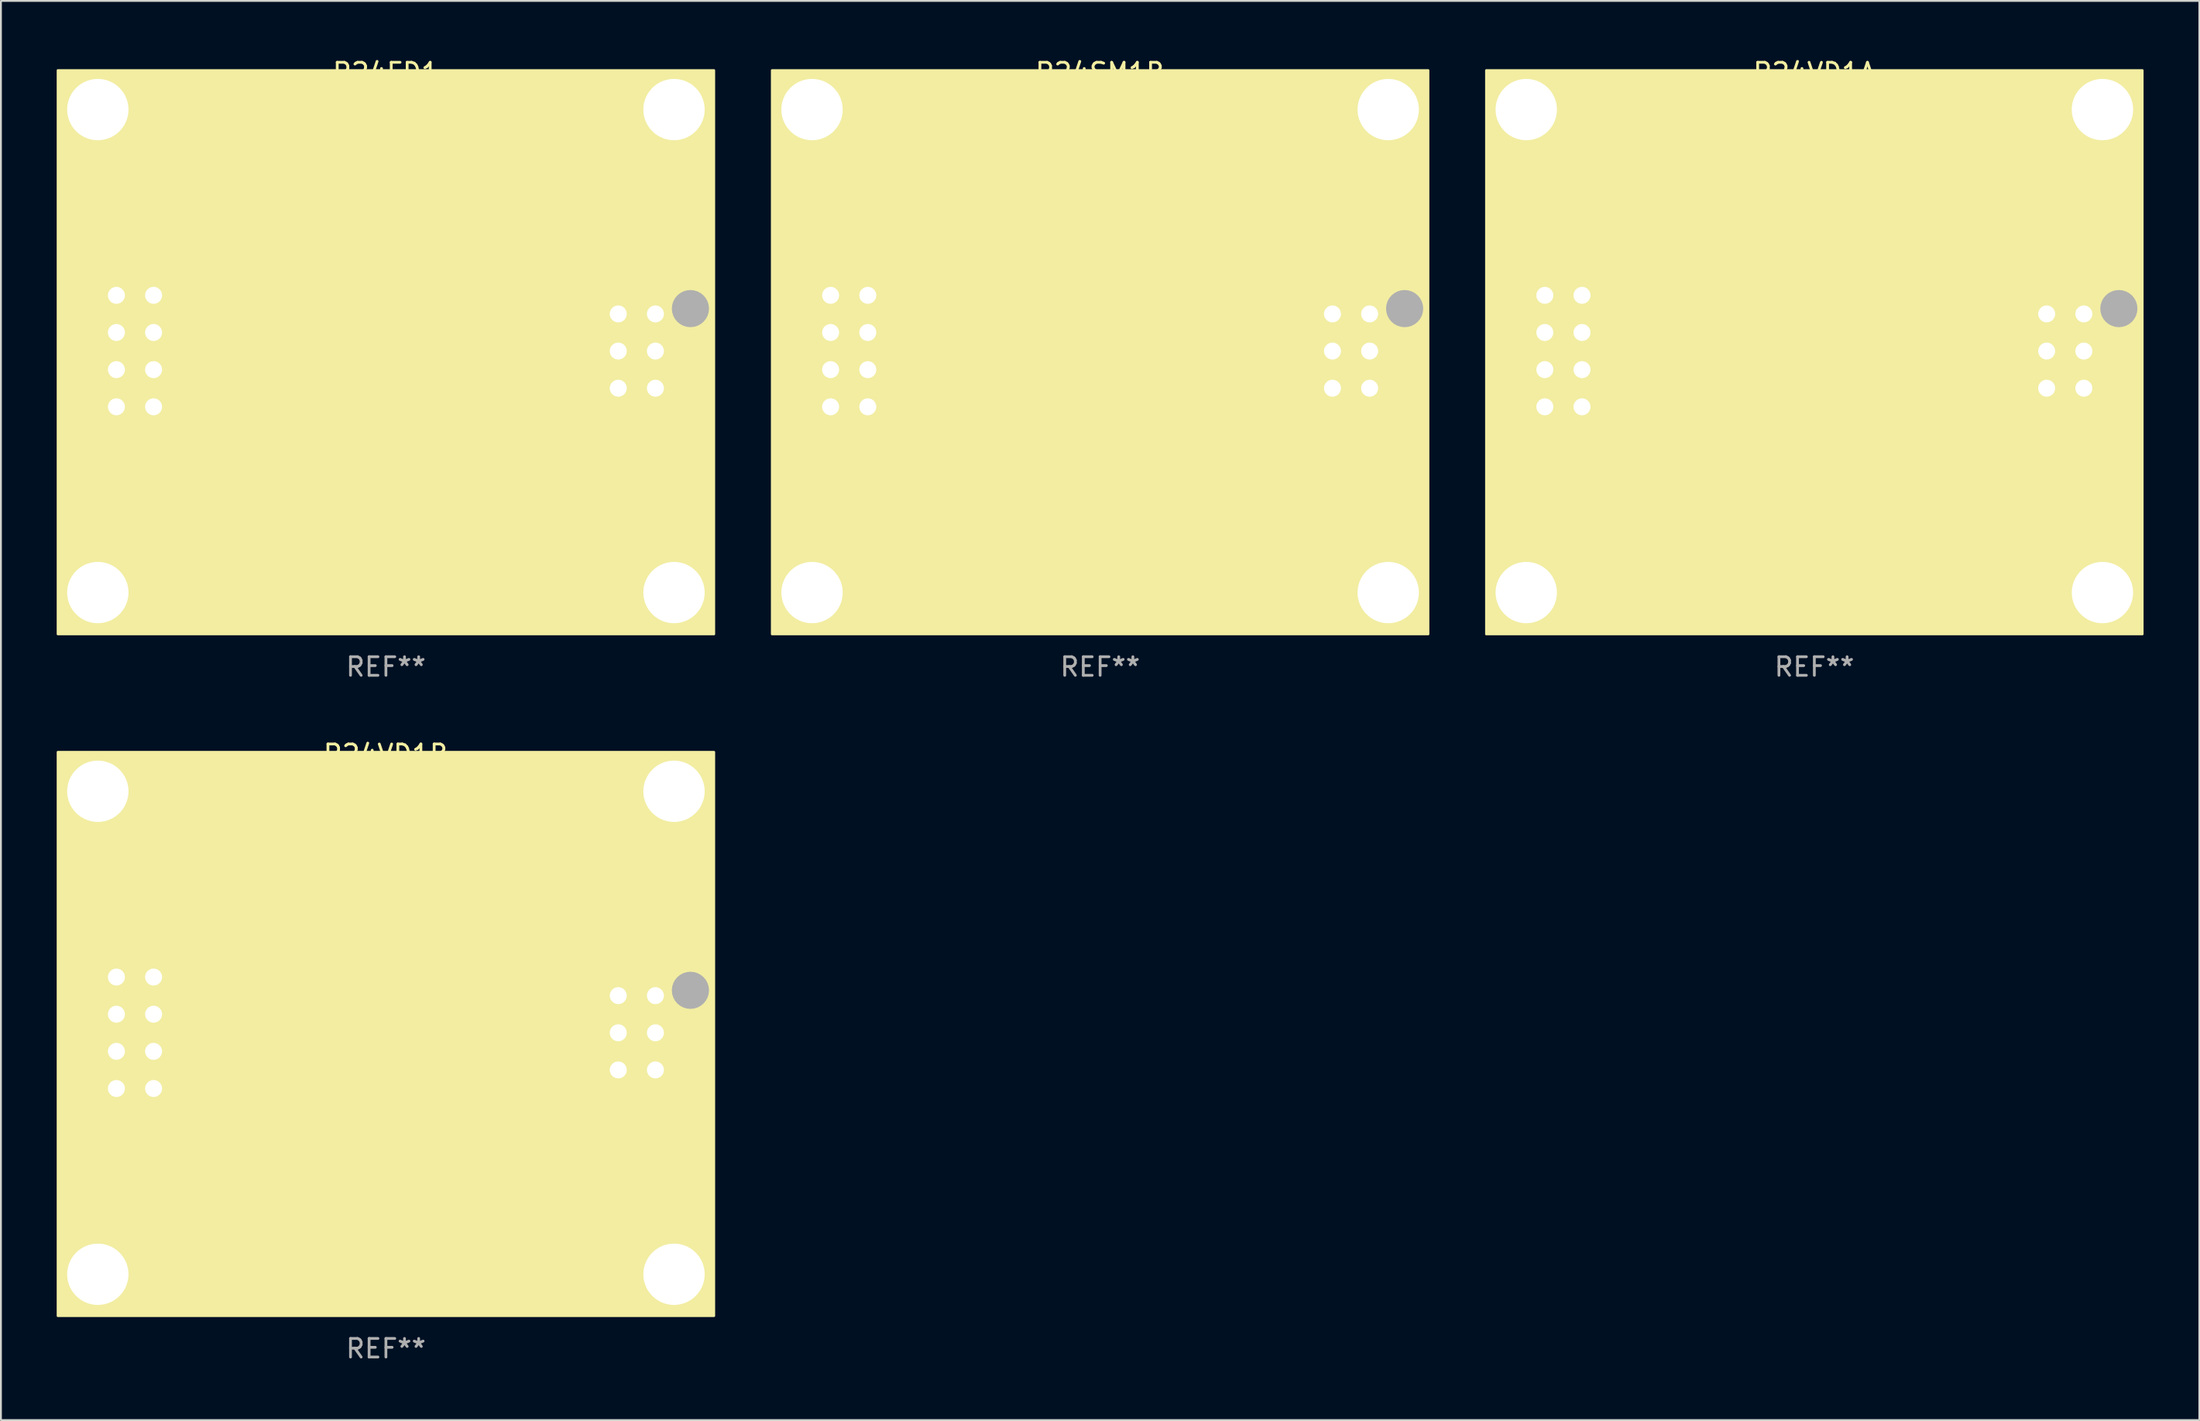
<source format=kicad_pcb>
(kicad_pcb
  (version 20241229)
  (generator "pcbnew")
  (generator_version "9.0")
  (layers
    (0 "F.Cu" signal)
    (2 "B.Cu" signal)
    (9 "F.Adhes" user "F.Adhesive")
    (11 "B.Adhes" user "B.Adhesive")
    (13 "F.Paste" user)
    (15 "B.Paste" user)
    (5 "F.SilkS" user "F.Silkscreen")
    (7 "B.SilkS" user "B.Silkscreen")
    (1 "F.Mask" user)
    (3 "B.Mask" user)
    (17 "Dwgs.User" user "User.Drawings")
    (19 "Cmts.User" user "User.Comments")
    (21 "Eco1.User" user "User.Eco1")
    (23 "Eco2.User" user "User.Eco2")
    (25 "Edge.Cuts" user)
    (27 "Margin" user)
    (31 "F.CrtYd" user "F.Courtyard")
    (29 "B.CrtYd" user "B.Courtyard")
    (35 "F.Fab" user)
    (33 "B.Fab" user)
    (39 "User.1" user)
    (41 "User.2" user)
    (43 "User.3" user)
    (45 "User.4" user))
  (footprint "R24VD1B"
    (layer "F.Cu")
    (at 17.713 52.545)
    (property "Reference" "R24VD1B" (at 0 -15 0) (layer "F.SilkS") (effects (font (size 1 1) (thickness 0.15))))
    (attr through_hole)
    (fp_circle (center 17.5 -15) (end 17.53 -15) (stroke (width 0.06) (type solid)) (fill no) (layer "F.SilkS"))
    (fp_poly (pts (xy -17.653 -15.113) (xy 17.653 -15.113) (xy 17.653 15.24) (xy -17.653 15.24)) (stroke (width 0.12) (type solid)) (fill yes) (layer "F.SilkS"))
    (fp_circle (center 16.383 -2.286) (end 16.883 -2.286) (stroke (width 1) (type solid)) (fill no) (layer "F.Fab"))
    (fp_text user "REF**" (at 0 17 0) (layer "F.Fab") (effects (font (size 1 1) (thickness 0.15))))
    (pad "1" thru_hole circle (at 14.5 -2) (size 1.524 1.524) (drill 0.914) (layers "*.Cu" "*.Mask"))
    (pad "2" thru_hole circle (at 12.5 -2) (size 1.524 1.524) (drill 0.914) (layers "*.Cu" "*.Mask"))
    (pad "3" thru_hole circle (at 14.5 0) (size 1.524 1.524) (drill 0.914) (layers "*.Cu" "*.Mask"))
    (pad "4" thru_hole circle (at 12.5 0) (size 1.524 1.524) (drill 0.914) (layers "*.Cu" "*.Mask"))
    (pad "5" thru_hole circle (at 14.5 2) (size 1.524 1.524) (drill 0.914) (layers "*.Cu" "*.Mask"))
    (pad "6" thru_hole circle (at 12.5 2) (size 1.524 1.524) (drill 0.914) (layers "*.Cu" "*.Mask"))
    (pad "7" thru_hole circle (at -14.5 -3) (size 1.524 1.524) (drill 0.914) (layers "*.Cu" "*.Mask"))
    (pad "8" thru_hole circle (at -12.5 -3) (size 1.524 1.524) (drill 0.914) (layers "*.Cu" "*.Mask"))
    (pad "9" thru_hole circle (at -14.5 -1) (size 1.524 1.524) (drill 0.914) (layers "*.Cu" "*.Mask"))
    (pad "10" thru_hole circle (at -12.5 -1) (size 1.524 1.524) (drill 0.914) (layers "*.Cu" "*.Mask"))
    (pad "11" thru_hole circle (at -14.5 1) (size 1.524 1.524) (drill 0.914) (layers "*.Cu" "*.Mask"))
    (pad "12" thru_hole circle (at -12.5 1) (size 1.524 1.524) (drill 0.914) (layers "*.Cu" "*.Mask"))
    (pad "13" thru_hole circle (at -14.5 3) (size 1.524 1.524) (drill 0.914) (layers "*.Cu" "*.Mask"))
    (pad "14" thru_hole circle (at -12.5 3) (size 1.524 1.524) (drill 0.914) (layers "*.Cu" "*.Mask"))
    (pad "15" thru_hole circle (at -15.5 -13) (size 4 4) (drill 3.3) (layers "*.Cu" "*.Mask"))
    (pad "16" thru_hole circle (at -15.5 13) (size 4 4) (drill 3.3) (layers "*.Cu" "*.Mask"))
    (pad "17" thru_hole circle (at 15.5 13) (size 4 4) (drill 3.3) (layers "*.Cu" "*.Mask"))
    (pad "18" thru_hole circle (at 15.5 -13) (size 4 4) (drill 3.3) (layers "*.Cu" "*.Mask")))
  (footprint "R24FD1"
    (layer "F.Cu")
    (at 17.713 15.848)
    (property "Reference" "R24FD1" (at 0 -15 0) (layer "F.SilkS") (effects (font (size 1 1) (thickness 0.15))))
    (attr through_hole)
    (fp_circle (center 17.5 -15) (end 17.53 -15) (stroke (width 0.06) (type solid)) (fill no) (layer "F.SilkS"))
    (fp_poly (pts (xy -17.653 -15.113) (xy 17.653 -15.113) (xy 17.653 15.24) (xy -17.653 15.24)) (stroke (width 0.12) (type solid)) (fill yes) (layer "F.SilkS"))
    (fp_circle (center 16.383 -2.286) (end 16.883 -2.286) (stroke (width 1) (type solid)) (fill no) (layer "F.Fab"))
    (fp_text user "REF**" (at 0 17 0) (layer "F.Fab") (effects (font (size 1 1) (thickness 0.15))))
    (pad "1" thru_hole circle (at 14.5 -2) (size 1.524 1.524) (drill 0.914) (layers "*.Cu" "*.Mask"))
    (pad "2" thru_hole circle (at 12.5 -2) (size 1.524 1.524) (drill 0.914) (layers "*.Cu" "*.Mask"))
    (pad "3" thru_hole circle (at 14.5 0) (size 1.524 1.524) (drill 0.914) (layers "*.Cu" "*.Mask"))
    (pad "4" thru_hole circle (at 12.5 0) (size 1.524 1.524) (drill 0.914) (layers "*.Cu" "*.Mask"))
    (pad "5" thru_hole circle (at 14.5 2) (size 1.524 1.524) (drill 0.914) (layers "*.Cu" "*.Mask"))
    (pad "6" thru_hole circle (at 12.5 2) (size 1.524 1.524) (drill 0.914) (layers "*.Cu" "*.Mask"))
    (pad "7" thru_hole circle (at -14.5 -3) (size 1.524 1.524) (drill 0.914) (layers "*.Cu" "*.Mask"))
    (pad "8" thru_hole circle (at -12.5 -3) (size 1.524 1.524) (drill 0.914) (layers "*.Cu" "*.Mask"))
    (pad "9" thru_hole circle (at -14.5 -1) (size 1.524 1.524) (drill 0.914) (layers "*.Cu" "*.Mask"))
    (pad "10" thru_hole circle (at -12.5 -1) (size 1.524 1.524) (drill 0.914) (layers "*.Cu" "*.Mask"))
    (pad "11" thru_hole circle (at -14.5 1) (size 1.524 1.524) (drill 0.914) (layers "*.Cu" "*.Mask"))
    (pad "12" thru_hole circle (at -12.5 1) (size 1.524 1.524) (drill 0.914) (layers "*.Cu" "*.Mask"))
    (pad "13" thru_hole circle (at -14.5 3) (size 1.524 1.524) (drill 0.914) (layers "*.Cu" "*.Mask"))
    (pad "14" thru_hole circle (at -12.5 3) (size 1.524 1.524) (drill 0.914) (layers "*.Cu" "*.Mask"))
    (pad "15" thru_hole circle (at -15.5 -13) (size 4 4) (drill 3.3) (layers "*.Cu" "*.Mask"))
    (pad "16" thru_hole circle (at -15.5 13) (size 4 4) (drill 3.3) (layers "*.Cu" "*.Mask"))
    (pad "17" thru_hole circle (at 15.5 13) (size 4 4) (drill 3.3) (layers "*.Cu" "*.Mask"))
    (pad "18" thru_hole circle (at 15.5 -13) (size 4 4) (drill 3.3) (layers "*.Cu" "*.Mask")))
  (footprint "R24SM1B"
    (layer "F.Cu")
    (at 56.139 15.848)
    (property "Reference" "R24SM1B" (at 0 -15 0) (layer "F.SilkS") (effects (font (size 1 1) (thickness 0.15))))
    (attr through_hole)
    (fp_circle (center 17.5 -15) (end 17.53 -15) (stroke (width 0.06) (type solid)) (fill no) (layer "F.SilkS"))
    (fp_poly (pts (xy -17.653 -15.113) (xy 17.653 -15.113) (xy 17.653 15.24) (xy -17.653 15.24)) (stroke (width 0.12) (type solid)) (fill yes) (layer "F.SilkS"))
    (fp_circle (center 16.383 -2.286) (end 16.883 -2.286) (stroke (width 1) (type solid)) (fill no) (layer "F.Fab"))
    (fp_text user "REF**" (at 0 17 0) (layer "F.Fab") (effects (font (size 1 1) (thickness 0.15))))
    (pad "1" thru_hole circle (at 14.5 -2) (size 1.524 1.524) (drill 0.914) (layers "*.Cu" "*.Mask"))
    (pad "2" thru_hole circle (at 12.5 -2) (size 1.524 1.524) (drill 0.914) (layers "*.Cu" "*.Mask"))
    (pad "3" thru_hole circle (at 14.5 0) (size 1.524 1.524) (drill 0.914) (layers "*.Cu" "*.Mask"))
    (pad "4" thru_hole circle (at 12.5 0) (size 1.524 1.524) (drill 0.914) (layers "*.Cu" "*.Mask"))
    (pad "5" thru_hole circle (at 14.5 2) (size 1.524 1.524) (drill 0.914) (layers "*.Cu" "*.Mask"))
    (pad "6" thru_hole circle (at 12.5 2) (size 1.524 1.524) (drill 0.914) (layers "*.Cu" "*.Mask"))
    (pad "7" thru_hole circle (at -14.5 -3) (size 1.524 1.524) (drill 0.914) (layers "*.Cu" "*.Mask"))
    (pad "8" thru_hole circle (at -12.5 -3) (size 1.524 1.524) (drill 0.914) (layers "*.Cu" "*.Mask"))
    (pad "9" thru_hole circle (at -14.5 -1) (size 1.524 1.524) (drill 0.914) (layers "*.Cu" "*.Mask"))
    (pad "10" thru_hole circle (at -12.5 -1) (size 1.524 1.524) (drill 0.914) (layers "*.Cu" "*.Mask"))
    (pad "11" thru_hole circle (at -14.5 1) (size 1.524 1.524) (drill 0.914) (layers "*.Cu" "*.Mask"))
    (pad "12" thru_hole circle (at -12.5 1) (size 1.524 1.524) (drill 0.914) (layers "*.Cu" "*.Mask"))
    (pad "13" thru_hole circle (at -14.5 3) (size 1.524 1.524) (drill 0.914) (layers "*.Cu" "*.Mask"))
    (pad "14" thru_hole circle (at -12.5 3) (size 1.524 1.524) (drill 0.914) (layers "*.Cu" "*.Mask"))
    (pad "15" thru_hole circle (at -15.5 -13) (size 4 4) (drill 3.3) (layers "*.Cu" "*.Mask"))
    (pad "16" thru_hole circle (at -15.5 13) (size 4 4) (drill 3.3) (layers "*.Cu" "*.Mask"))
    (pad "17" thru_hole circle (at 15.5 13) (size 4 4) (drill 3.3) (layers "*.Cu" "*.Mask"))
    (pad "18" thru_hole circle (at 15.5 -13) (size 4 4) (drill 3.3) (layers "*.Cu" "*.Mask")))
  (footprint "R24VD1A"
    (layer "F.Cu")
    (at 94.565 15.848)
    (property "Reference" "R24VD1A" (at 0 -15 0) (layer "F.SilkS") (effects (font (size 1 1) (thickness 0.15))))
    (attr through_hole)
    (fp_circle (center 17.5 -15) (end 17.53 -15) (stroke (width 0.06) (type solid)) (fill no) (layer "F.SilkS"))
    (fp_poly (pts (xy -17.653 -15.113) (xy 17.653 -15.113) (xy 17.653 15.24) (xy -17.653 15.24)) (stroke (width 0.12) (type solid)) (fill yes) (layer "F.SilkS"))
    (fp_circle (center 16.383 -2.286) (end 16.883 -2.286) (stroke (width 1) (type solid)) (fill no) (layer "F.Fab"))
    (fp_text user "REF**" (at 0 17 0) (layer "F.Fab") (effects (font (size 1 1) (thickness 0.15))))
    (pad "1" thru_hole circle (at 14.5 -2) (size 1.524 1.524) (drill 0.914) (layers "*.Cu" "*.Mask"))
    (pad "2" thru_hole circle (at 12.5 -2) (size 1.524 1.524) (drill 0.914) (layers "*.Cu" "*.Mask"))
    (pad "3" thru_hole circle (at 14.5 0) (size 1.524 1.524) (drill 0.914) (layers "*.Cu" "*.Mask"))
    (pad "4" thru_hole circle (at 12.5 0) (size 1.524 1.524) (drill 0.914) (layers "*.Cu" "*.Mask"))
    (pad "5" thru_hole circle (at 14.5 2) (size 1.524 1.524) (drill 0.914) (layers "*.Cu" "*.Mask"))
    (pad "6" thru_hole circle (at 12.5 2) (size 1.524 1.524) (drill 0.914) (layers "*.Cu" "*.Mask"))
    (pad "7" thru_hole circle (at -14.5 -3) (size 1.524 1.524) (drill 0.914) (layers "*.Cu" "*.Mask"))
    (pad "8" thru_hole circle (at -12.5 -3) (size 1.524 1.524) (drill 0.914) (layers "*.Cu" "*.Mask"))
    (pad "9" thru_hole circle (at -14.5 -1) (size 1.524 1.524) (drill 0.914) (layers "*.Cu" "*.Mask"))
    (pad "10" thru_hole circle (at -12.5 -1) (size 1.524 1.524) (drill 0.914) (layers "*.Cu" "*.Mask"))
    (pad "11" thru_hole circle (at -14.5 1) (size 1.524 1.524) (drill 0.914) (layers "*.Cu" "*.Mask"))
    (pad "12" thru_hole circle (at -12.5 1) (size 1.524 1.524) (drill 0.914) (layers "*.Cu" "*.Mask"))
    (pad "13" thru_hole circle (at -14.5 3) (size 1.524 1.524) (drill 0.914) (layers "*.Cu" "*.Mask"))
    (pad "14" thru_hole circle (at -12.5 3) (size 1.524 1.524) (drill 0.914) (layers "*.Cu" "*.Mask"))
    (pad "15" thru_hole circle (at -15.5 -13) (size 4 4) (drill 3.3) (layers "*.Cu" "*.Mask"))
    (pad "16" thru_hole circle (at -15.5 13) (size 4 4) (drill 3.3) (layers "*.Cu" "*.Mask"))
    (pad "17" thru_hole circle (at 15.5 13) (size 4 4) (drill 3.3) (layers "*.Cu" "*.Mask"))
    (pad "18" thru_hole circle (at 15.5 -13) (size 4 4) (drill 3.3) (layers "*.Cu" "*.Mask")))
  (gr_rect
    (start -3 -3)
    (end 115.278 73.393)
    (stroke (width 0.1) (type default))
    (fill no)
    (layer "Edge.Cuts")))
</source>
